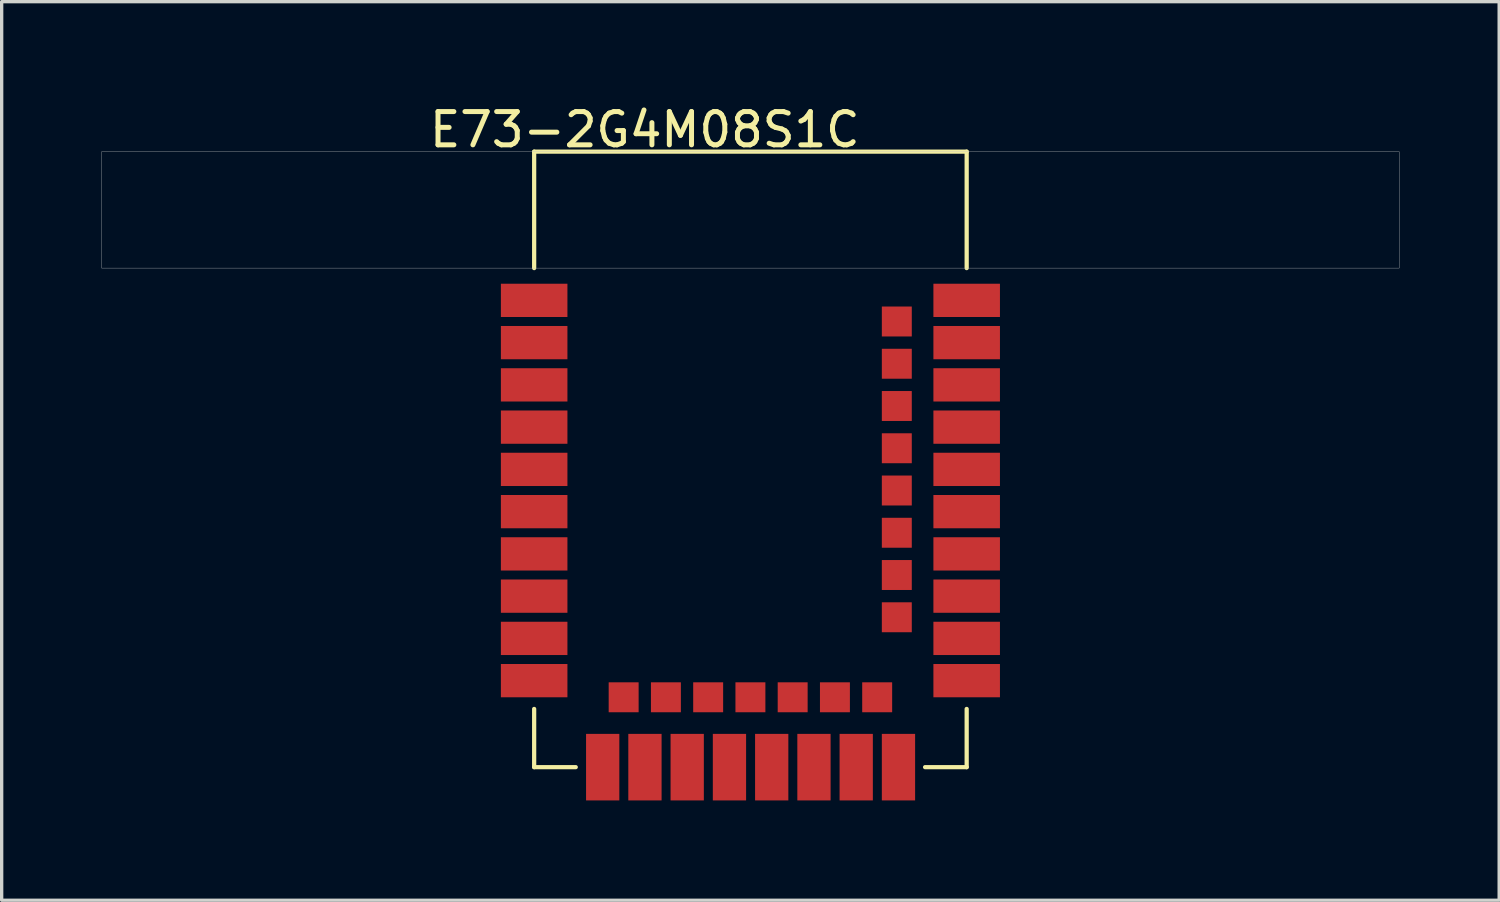
<source format=kicad_pcb>
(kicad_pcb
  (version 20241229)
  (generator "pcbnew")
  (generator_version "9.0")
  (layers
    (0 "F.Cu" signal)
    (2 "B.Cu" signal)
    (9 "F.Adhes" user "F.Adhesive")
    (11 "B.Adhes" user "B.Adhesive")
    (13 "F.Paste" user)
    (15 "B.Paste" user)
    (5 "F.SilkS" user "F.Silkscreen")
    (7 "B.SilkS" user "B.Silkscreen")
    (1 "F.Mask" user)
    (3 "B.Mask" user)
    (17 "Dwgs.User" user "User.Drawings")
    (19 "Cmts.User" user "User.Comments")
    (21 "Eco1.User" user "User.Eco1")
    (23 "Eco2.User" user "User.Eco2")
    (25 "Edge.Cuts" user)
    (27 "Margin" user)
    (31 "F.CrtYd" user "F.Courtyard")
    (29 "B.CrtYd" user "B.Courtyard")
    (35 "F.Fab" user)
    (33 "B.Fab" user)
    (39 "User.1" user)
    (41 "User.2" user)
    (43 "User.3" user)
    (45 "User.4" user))
  (footprint "E73-2G4M08S1C"
    (layer "F.Cu")
    (at 19.505 11.008)
    (property "Reference" "E73-2G4M08S1C" (at -3.175 -10.16 0) (layer "F.SilkS") (effects (font (size 1 1) (thickness 0.15))))
    (attr through_hole)
    (fp_line (start -6.5 -9.5) (end -6.5 -6) (stroke (width 0.127) (type solid)) (layer "F.SilkS"))
    (fp_line (start -6.5 7.25) (end -6.5 9) (stroke (width 0.127) (type solid)) (layer "F.SilkS"))
    (fp_line (start -5.25 9) (end -6.5 9) (stroke (width 0.127) (type solid)) (layer "F.SilkS"))
    (fp_line (start 5.25 9) (end 6.5 9) (stroke (width 0.127) (type solid)) (layer "F.SilkS"))
    (fp_line (start 6.5 -9.5) (end -6.5 -9.5) (stroke (width 0.127) (type solid)) (layer "F.SilkS"))
    (fp_line (start 6.5 -9.5) (end 6.5 -6) (stroke (width 0.127) (type solid)) (layer "F.SilkS"))
    (fp_line (start 6.5 9) (end 6.5 7.25) (stroke (width 0.127) (type solid)) (layer "F.SilkS"))
    (fp_poly (pts (xy -19.5 -9.5) (xy 19.5 -9.5) (xy 19.5 -6) (xy -19.5 -6)) (stroke (width 0.01) (type solid)) (fill no) (layer "Dwgs.User"))
    (pad "1" smd rect (at -6.5 -5.03) (size 2 1) (layers "F.Cu" "F.Mask" "F.Paste"))
    (pad "2" smd rect (at -6.5 -3.76) (size 2 1) (layers "F.Cu" "F.Mask" "F.Paste"))
    (pad "3" smd rect (at -6.5 -2.49) (size 2 1) (layers "F.Cu" "F.Mask" "F.Paste"))
    (pad "4" smd rect (at -6.5 -1.22) (size 2 1) (layers "F.Cu" "F.Mask" "F.Paste"))
    (pad "5" smd rect (at -6.5 0.05) (size 2 1) (layers "F.Cu" "F.Mask" "F.Paste"))
    (pad "6" smd rect (at -6.5 1.32) (size 2 1) (layers "F.Cu" "F.Mask" "F.Paste"))
    (pad "7" smd rect (at -6.5 2.59) (size 2 1) (layers "F.Cu" "F.Mask" "F.Paste"))
    (pad "8" smd rect (at -6.5 3.86) (size 2 1) (layers "F.Cu" "F.Mask" "F.Paste"))
    (pad "9" smd rect (at -6.5 5.13) (size 2 1) (layers "F.Cu" "F.Mask" "F.Paste"))
    (pad "10" smd rect (at -6.5 6.4) (size 2 1) (layers "F.Cu" "F.Mask" "F.Paste"))
    (pad "11" smd rect (at -4.44 9) (size 1 2) (layers "F.Cu" "F.Mask" "F.Paste"))
    (pad "12" smd rect (at -3.81 6.9) (size 0.9 0.9) (layers "F.Cu" "F.Mask" "F.Paste"))
    (pad "13" smd rect (at -3.17 9) (size 1 2) (layers "F.Cu" "F.Mask" "F.Paste"))
    (pad "14" smd rect (at -2.54 6.9) (size 0.9 0.9) (layers "F.Cu" "F.Mask" "F.Paste"))
    (pad "15" smd rect (at -1.9 9) (size 1 2) (layers "F.Cu" "F.Mask" "F.Paste"))
    (pad "16" smd rect (at -1.27 6.9) (size 0.9 0.9) (layers "F.Cu" "F.Mask" "F.Paste"))
    (pad "17" smd rect (at -0.63 9) (size 1 2) (layers "F.Cu" "F.Mask" "F.Paste"))
    (pad "18" smd rect (at 0 6.9) (size 0.9 0.9) (layers "F.Cu" "F.Mask" "F.Paste"))
    (pad "19" smd rect (at 0.64 9) (size 1 2) (layers "F.Cu" "F.Mask" "F.Paste"))
    (pad "20" smd rect (at 1.27 6.9) (size 0.9 0.9) (layers "F.Cu" "F.Mask" "F.Paste"))
    (pad "21" smd rect (at 1.91 9) (size 1 2) (layers "F.Cu" "F.Mask" "F.Paste"))
    (pad "22" smd rect (at 2.54 6.9) (size 0.9 0.9) (layers "F.Cu" "F.Mask" "F.Paste"))
    (pad "23" smd rect (at 3.18 9) (size 1 2) (layers "F.Cu" "F.Mask" "F.Paste"))
    (pad "24" smd rect (at 3.81 6.9) (size 0.9 0.9) (layers "F.Cu" "F.Mask" "F.Paste"))
    (pad "25" smd rect (at 4.45 9) (size 1 2) (layers "F.Cu" "F.Mask" "F.Paste"))
    (pad "26" smd rect (at 6.5 6.4) (size 2 1) (layers "F.Cu" "F.Mask" "F.Paste"))
    (pad "27" smd rect (at 6.5 5.13) (size 2 1) (layers "F.Cu" "F.Mask" "F.Paste"))
    (pad "28" smd rect (at 4.4 4.495) (size 0.9 0.9) (layers "F.Cu" "F.Mask" "F.Paste"))
    (pad "29" smd rect (at 6.5 3.86) (size 2 1) (layers "F.Cu" "F.Mask" "F.Paste"))
    (pad "30" smd rect (at 4.4 3.225) (size 0.9 0.9) (layers "F.Cu" "F.Mask" "F.Paste"))
    (pad "31" smd rect (at 6.5 2.59) (size 2 1) (layers "F.Cu" "F.Mask" "F.Paste"))
    (pad "32" smd rect (at 4.4 1.955) (size 0.9 0.9) (layers "F.Cu" "F.Mask" "F.Paste"))
    (pad "33" smd rect (at 6.5 1.32) (size 2 1) (layers "F.Cu" "F.Mask" "F.Paste"))
    (pad "34" smd rect (at 4.4 0.685) (size 0.9 0.9) (layers "F.Cu" "F.Mask" "F.Paste"))
    (pad "35" smd rect (at 6.5 0.05) (size 2 1) (layers "F.Cu" "F.Mask" "F.Paste"))
    (pad "36" smd rect (at 4.4 -0.585) (size 0.9 0.9) (layers "F.Cu" "F.Mask" "F.Paste"))
    (pad "37" smd rect (at 6.5 -1.22) (size 2 1) (layers "F.Cu" "F.Mask" "F.Paste"))
    (pad "38" smd rect (at 4.4 -1.855) (size 0.9 0.9) (layers "F.Cu" "F.Mask" "F.Paste"))
    (pad "39" smd rect (at 6.5 -2.49) (size 2 1) (layers "F.Cu" "F.Mask" "F.Paste"))
    (pad "40" smd rect (at 4.4 -3.125) (size 0.9 0.9) (layers "F.Cu" "F.Mask" "F.Paste"))
    (pad "41" smd rect (at 6.5 -3.76) (size 2 1) (layers "F.Cu" "F.Mask" "F.Paste"))
    (pad "42" smd rect (at 4.4 -4.395) (size 0.9 0.9) (layers "F.Cu" "F.Mask" "F.Paste"))
    (pad "43" smd rect (at 6.5 -5.03) (size 2 1) (layers "F.Cu" "F.Mask" "F.Paste")))
  (gr_rect
    (start -3 -3)
    (end 42.01 24.008)
    (stroke (width 0.1) (type default))
    (fill no)
    (layer "Edge.Cuts")))
</source>
